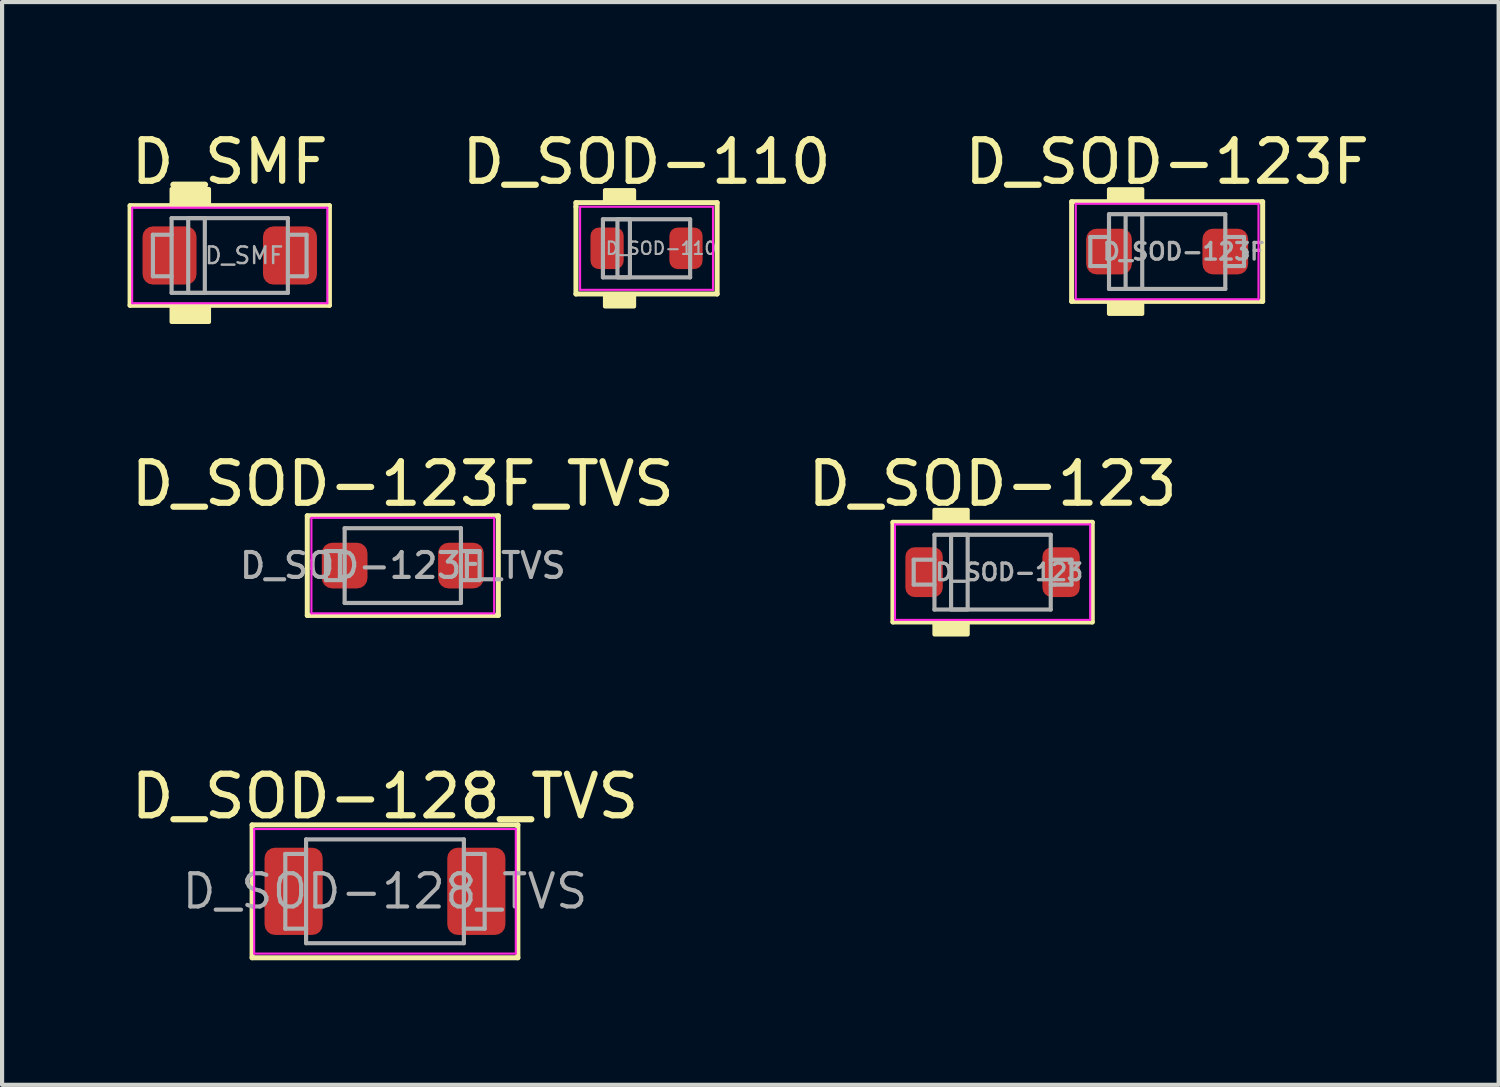
<source format=kicad_pcb>
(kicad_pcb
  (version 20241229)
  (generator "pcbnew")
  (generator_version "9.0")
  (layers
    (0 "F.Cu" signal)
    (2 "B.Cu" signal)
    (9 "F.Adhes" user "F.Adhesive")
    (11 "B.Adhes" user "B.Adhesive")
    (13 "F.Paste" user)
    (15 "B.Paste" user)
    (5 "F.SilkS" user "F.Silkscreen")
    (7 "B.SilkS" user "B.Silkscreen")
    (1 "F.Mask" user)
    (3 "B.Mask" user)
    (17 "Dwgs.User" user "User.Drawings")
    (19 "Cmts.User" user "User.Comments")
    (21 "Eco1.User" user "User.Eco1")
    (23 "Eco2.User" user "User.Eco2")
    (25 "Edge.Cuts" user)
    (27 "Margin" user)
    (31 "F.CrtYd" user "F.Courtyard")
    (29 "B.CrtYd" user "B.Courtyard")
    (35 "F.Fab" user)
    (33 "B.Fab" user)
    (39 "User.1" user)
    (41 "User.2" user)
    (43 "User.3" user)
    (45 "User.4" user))
  (footprint "D_SOD-123F"
    (layer "F.Cu")
    (at 25.054 3.007)
    (property "Reference" "D_SOD-123F" (at 0 -2.159 0) (layer "F.SilkS") (effects (font (size 1 1) (thickness 0.15))))
    (attr smd)
    (fp_line (start -2.3 -1.2) (end -2.3 1.2) (stroke (width 0.12) (type solid)) (layer "F.SilkS"))
    (fp_line (start -2.3 1.2) (end 2.3 1.2) (stroke (width 0.12) (type solid)) (layer "F.SilkS"))
    (fp_line (start 2.3 -1.2) (end -2.3 -1.2) (stroke (width 0.12) (type solid)) (layer "F.SilkS"))
    (fp_line (start 2.3 1.2) (end 2.3 -1.2) (stroke (width 0.12) (type solid)) (layer "F.SilkS"))
    (fp_poly (pts (xy -0.6 -1.2) (xy -1.4 -1.2) (xy -1.4 -1.5) (xy -0.6 -1.5)) (stroke (width 0.1) (type solid)) (fill yes) (layer "F.SilkS"))
    (fp_poly (pts (xy -0.6 1.5) (xy -1.4 1.5) (xy -1.4 1.2) (xy -0.6 1.2)) (stroke (width 0.1) (type solid)) (fill yes) (layer "F.SilkS"))
    (fp_line (start -2.2 -1.15) (end -2.2 1.15) (stroke (width 0.05) (type solid)) (layer "F.CrtYd"))
    (fp_line (start -2.2 -1.15) (end 2.2 -1.15) (stroke (width 0.05) (type solid)) (layer "F.CrtYd"))
    (fp_line (start 2.2 -1.15) (end 2.2 1.15) (stroke (width 0.05) (type solid)) (layer "F.CrtYd"))
    (fp_line (start 2.2 1.15) (end -2.2 1.15) (stroke (width 0.05) (type solid)) (layer "F.CrtYd"))
    (fp_line (start -1.85 -0.35) (end -1.85 0.35) (stroke (width 0.1) (type solid)) (layer "F.Fab"))
    (fp_line (start -1.85 -0.35) (end -1.4 -0.35) (stroke (width 0.1) (type solid)) (layer "F.Fab"))
    (fp_line (start -1.85 0.35) (end -1.4 0.35) (stroke (width 0.1) (type solid)) (layer "F.Fab"))
    (fp_line (start -1.4 -0.9) (end 1.4 -0.9) (stroke (width 0.1) (type solid)) (layer "F.Fab"))
    (fp_line (start -1.4 0.9) (end -1.4 -0.9) (stroke (width 0.1) (type solid)) (layer "F.Fab"))
    (fp_line (start 1.4 -0.9) (end 1.4 0.9) (stroke (width 0.1) (type solid)) (layer "F.Fab"))
    (fp_line (start 1.4 0.9) (end -1.4 0.9) (stroke (width 0.1) (type solid)) (layer "F.Fab"))
    (fp_line (start 1.85 -0.35) (end 1.4 -0.35) (stroke (width 0.1) (type solid)) (layer "F.Fab"))
    (fp_line (start 1.85 0.35) (end 1.4 0.35) (stroke (width 0.1) (type solid)) (layer "F.Fab"))
    (fp_line (start 1.85 0.35) (end 1.85 -0.35) (stroke (width 0.1) (type solid)) (layer "F.Fab"))
    (fp_rect (start -1 -0.9) (end -0.6 0.9) (stroke (width 0.1) (type solid)) (fill no) (layer "F.Fab"))
    (fp_text user "${REFERENCE}" (at 0.4 0 0) (layer "F.Fab") (effects (font (size 0.4 0.4) (thickness 0.08))))
    (pad "1" smd roundrect (at -1.4 0) (size 1.1 1.1) (layers "F.Cu" "F.Mask" "F.Paste") (roundrect_rratio 0.227))
    (pad "2" smd roundrect (at 1.4 0) (size 1.1 1.1) (layers "F.Cu" "F.Mask" "F.Paste") (roundrect_rratio 0.227)))
  (footprint "D_SOD-128_TVS"
    (layer "F.Cu")
    (at 6.22 18.412)
    (property "Reference" "D_SOD-128_TVS" (at 0 -2.286 0) (layer "F.SilkS") (effects (font (size 1 1) (thickness 0.15))))
    (attr smd)
    (fp_line (start -3.2 -1.6) (end -3.2 1.6) (stroke (width 0.12) (type solid)) (layer "F.SilkS"))
    (fp_line (start -3.2 1.6) (end 3.2 1.6) (stroke (width 0.12) (type solid)) (layer "F.SilkS"))
    (fp_line (start 3.2 -1.6) (end -3.2 -1.6) (stroke (width 0.12) (type solid)) (layer "F.SilkS"))
    (fp_line (start 3.2 1.6) (end 3.2 -1.6) (stroke (width 0.12) (type solid)) (layer "F.SilkS"))
    (fp_line (start -3.15 -1.5) (end -3.15 1.5) (stroke (width 0.05) (type solid)) (layer "F.CrtYd"))
    (fp_line (start -3.15 -1.5) (end 3.15 -1.5) (stroke (width 0.05) (type solid)) (layer "F.CrtYd"))
    (fp_line (start 3.15 -1.5) (end 3.15 1.5) (stroke (width 0.05) (type solid)) (layer "F.CrtYd"))
    (fp_line (start 3.15 1.5) (end -3.15 1.5) (stroke (width 0.05) (type solid)) (layer "F.CrtYd"))
    (fp_line (start -2.4 -0.9) (end -2.4 0.9) (stroke (width 0.1) (type solid)) (layer "F.Fab"))
    (fp_line (start -2.4 -0.9) (end -1.9 -0.9) (stroke (width 0.1) (type solid)) (layer "F.Fab"))
    (fp_line (start -2.4 0.9) (end -1.9 0.9) (stroke (width 0.1) (type solid)) (layer "F.Fab"))
    (fp_line (start -1.9 -1.25) (end 1.9 -1.25) (stroke (width 0.1) (type solid)) (layer "F.Fab"))
    (fp_line (start -1.9 1.25) (end -1.9 -1.25) (stroke (width 0.1) (type solid)) (layer "F.Fab"))
    (fp_line (start 1.9 -1.25) (end 1.9 1.25) (stroke (width 0.1) (type solid)) (layer "F.Fab"))
    (fp_line (start 1.9 1.25) (end -1.9 1.25) (stroke (width 0.1) (type solid)) (layer "F.Fab"))
    (fp_line (start 2.4 -0.9) (end 1.9 -0.9) (stroke (width 0.1) (type solid)) (layer "F.Fab"))
    (fp_line (start 2.4 0.9) (end 1.9 0.9) (stroke (width 0.1) (type solid)) (layer "F.Fab"))
    (fp_line (start 2.4 0.9) (end 2.4 -0.9) (stroke (width 0.1) (type solid)) (layer "F.Fab"))
    (fp_text user "${REFERENCE}" (at 0 0 0) (layer "F.Fab") (effects (font (size 0.8 0.8) (thickness 0.1))))
    (pad "1" smd roundrect (at -2.2 0) (size 1.4 2.1) (layers "F.Cu" "F.Mask" "F.Paste") (roundrect_rratio 0.179))
    (pad "2" smd roundrect (at 2.2 0) (size 1.4 2.1) (layers "F.Cu" "F.Mask" "F.Paste") (roundrect_rratio 0.179)))
  (footprint "D_SMF"
    (layer "F.Cu")
    (at 2.482 3.102)
    (property "Reference" "D_SMF" (at 0 -2.254 0) (layer "F.SilkS") (effects (font (size 1 1) (thickness 0.15))))
    (attr smd)
    (fp_line (start -2.4 -1.2) (end -2.4 1.2) (stroke (width 0.12) (type solid)) (layer "F.SilkS"))
    (fp_line (start -2.4 1.2) (end 2.4 1.2) (stroke (width 0.12) (type solid)) (layer "F.SilkS"))
    (fp_line (start 2.4 -1.2) (end -2.4 -1.2) (stroke (width 0.12) (type solid)) (layer "F.SilkS"))
    (fp_line (start 2.4 1.2) (end 2.4 -1.2) (stroke (width 0.12) (type solid)) (layer "F.SilkS"))
    (fp_poly (pts (xy -0.5 -1.2) (xy -1.4 -1.2) (xy -1.4 -1.6) (xy -0.5 -1.6)) (stroke (width 0.1) (type solid)) (fill yes) (layer "F.SilkS"))
    (fp_poly (pts (xy -0.5 1.6) (xy -1.4 1.6) (xy -1.4 1.2) (xy -0.5 1.2)) (stroke (width 0.1) (type solid)) (fill yes) (layer "F.SilkS"))
    (fp_line (start -2.35 -1.15) (end 2.35 -1.15) (stroke (width 0.05) (type solid)) (layer "F.CrtYd"))
    (fp_line (start -2.35 1.15) (end -2.35 -1.15) (stroke (width 0.05) (type solid)) (layer "F.CrtYd"))
    (fp_line (start 2.35 -1.15) (end 2.35 1.15) (stroke (width 0.05) (type solid)) (layer "F.CrtYd"))
    (fp_line (start 2.35 1.15) (end -2.35 1.15) (stroke (width 0.05) (type solid)) (layer "F.CrtYd"))
    (fp_line (start -1.85 -0.5) (end -1.4 -0.5) (stroke (width 0.1) (type solid)) (layer "F.Fab"))
    (fp_line (start -1.85 -0.45) (end -1.85 -0.5) (stroke (width 0.1) (type solid)) (layer "F.Fab"))
    (fp_line (start -1.85 0.5) (end -1.85 -0.45) (stroke (width 0.1) (type solid)) (layer "F.Fab"))
    (fp_line (start -1.85 0.5) (end -1.4 0.5) (stroke (width 0.1) (type solid)) (layer "F.Fab"))
    (fp_line (start -1.4 0.9) (end -1.4 -0.9) (stroke (width 0.1) (type solid)) (layer "F.Fab"))
    (fp_line (start 1.4 -0.9) (end -1.4 -0.9) (stroke (width 0.1) (type solid)) (layer "F.Fab"))
    (fp_line (start 1.4 -0.9) (end 1.4 0.9) (stroke (width 0.1) (type solid)) (layer "F.Fab"))
    (fp_line (start 1.4 0.9) (end -1.4 0.9) (stroke (width 0.1) (type solid)) (layer "F.Fab"))
    (fp_line (start 1.85 -0.5) (end 1.4 -0.5) (stroke (width 0.1) (type solid)) (layer "F.Fab"))
    (fp_line (start 1.85 -0.5) (end 1.85 0.45) (stroke (width 0.1) (type solid)) (layer "F.Fab"))
    (fp_line (start 1.85 0.45) (end 1.85 0.5) (stroke (width 0.1) (type solid)) (layer "F.Fab"))
    (fp_line (start 1.85 0.5) (end 1.4 0.5) (stroke (width 0.1) (type solid)) (layer "F.Fab"))
    (fp_rect (start -1 -0.9) (end -0.6 0.9) (stroke (width 0.1) (type solid)) (fill no) (layer "F.Fab"))
    (fp_text user "${REFERENCE}" (at 0.35 0 0) (layer "F.Fab") (effects (font (size 0.4 0.4) (thickness 0.06))))
    (pad "1" smd roundrect (at -1.45 0) (size 1.3 1.4) (layers "F.Cu" "F.Mask" "F.Paste") (roundrect_rratio 0.192))
    (pad "2" smd roundrect (at 1.45 0) (size 1.3 1.4) (layers "F.Cu" "F.Mask" "F.Paste") (roundrect_rratio 0.192)))
  (footprint "D_SOD-123"
    (layer "F.Cu")
    (at 20.851 10.727)
    (property "Reference" "D_SOD-123" (at 0 -2.127 0) (layer "F.SilkS") (effects (font (size 1 1) (thickness 0.15))))
    (attr smd)
    (fp_line (start -2.4 -1.2) (end -2.4 1.2) (stroke (width 0.12) (type solid)) (layer "F.SilkS"))
    (fp_line (start -2.4 1.2) (end 2.4 1.2) (stroke (width 0.12) (type solid)) (layer "F.SilkS"))
    (fp_line (start 2.4 -1.2) (end -2.4 -1.2) (stroke (width 0.12) (type solid)) (layer "F.SilkS"))
    (fp_line (start 2.4 1.2) (end 2.4 -1.2) (stroke (width 0.12) (type solid)) (layer "F.SilkS"))
    (fp_poly (pts (xy -0.6 -1.2) (xy -1.4 -1.2) (xy -1.4 -1.5) (xy -0.6 -1.5)) (stroke (width 0.1) (type solid)) (fill yes) (layer "F.SilkS"))
    (fp_poly (pts (xy -0.6 1.5) (xy -1.4 1.5) (xy -1.4 1.2) (xy -0.6 1.2)) (stroke (width 0.1) (type solid)) (fill yes) (layer "F.SilkS"))
    (fp_line (start -2.35 -1.15) (end -2.35 1.15) (stroke (width 0.05) (type solid)) (layer "F.CrtYd"))
    (fp_line (start -2.35 -1.15) (end 2.35 -1.15) (stroke (width 0.05) (type solid)) (layer "F.CrtYd"))
    (fp_line (start 2.35 -1.15) (end 2.35 1.15) (stroke (width 0.05) (type solid)) (layer "F.CrtYd"))
    (fp_line (start 2.35 1.15) (end -2.35 1.15) (stroke (width 0.05) (type solid)) (layer "F.CrtYd"))
    (fp_line (start -1.9 -0.3) (end -1.9 0.3) (stroke (width 0.1) (type solid)) (layer "F.Fab"))
    (fp_line (start -1.9 0.3) (end -1.4 0.3) (stroke (width 0.1) (type solid)) (layer "F.Fab"))
    (fp_line (start -1.4 -0.9) (end 1.4 -0.9) (stroke (width 0.1) (type solid)) (layer "F.Fab"))
    (fp_line (start -1.4 -0.3) (end -1.9 -0.3) (stroke (width 0.1) (type solid)) (layer "F.Fab"))
    (fp_line (start -1.4 0.9) (end -1.4 -0.9) (stroke (width 0.1) (type solid)) (layer "F.Fab"))
    (fp_line (start 1.4 -0.9) (end 1.4 0.9) (stroke (width 0.1) (type solid)) (layer "F.Fab"))
    (fp_line (start 1.4 -0.3) (end 1.9 -0.3) (stroke (width 0.1) (type solid)) (layer "F.Fab"))
    (fp_line (start 1.4 0.9) (end -1.4 0.9) (stroke (width 0.1) (type solid)) (layer "F.Fab"))
    (fp_line (start 1.5 0.3) (end 1.4 0.3) (stroke (width 0.1) (type solid)) (layer "F.Fab"))
    (fp_line (start 1.9 -0.3) (end 1.9 0.3) (stroke (width 0.1) (type solid)) (layer "F.Fab"))
    (fp_line (start 1.9 0.3) (end 1.5 0.3) (stroke (width 0.1) (type solid)) (layer "F.Fab"))
    (fp_rect (start -1 -0.9) (end -0.6 0.9) (stroke (width 0.1) (type solid)) (fill no) (layer "F.Fab"))
    (fp_text user "${REFERENCE}" (at 0.4 0 0) (layer "F.Fab") (effects (font (size 0.4 0.4) (thickness 0.08))))
    (pad "1" smd roundrect (at -1.65 0) (size 0.9 1.2) (layers "F.Cu" "F.Mask" "F.Paste") (roundrect_rratio 0.25))
    (pad "2" smd roundrect (at 1.65 0) (size 0.9 1.2) (layers "F.Cu" "F.Mask" "F.Paste") (roundrect_rratio 0.25)))
  (footprint "D_SOD-110"
    (layer "F.Cu")
    (at 12.518 2.929)
    (property "Reference" "D_SOD-110" (at 0 -2.081 0) (layer "F.SilkS") (effects (font (size 1 1) (thickness 0.15))))
    (attr smd)
    (fp_line (start -1.7 -1.1) (end -1.7 -1) (stroke (width 0.12) (type solid)) (layer "F.SilkS"))
    (fp_line (start -1.7 -1) (end -1.7 1.1) (stroke (width 0.12) (type solid)) (layer "F.SilkS"))
    (fp_line (start -1.7 1.1) (end 1.7 1.1) (stroke (width 0.12) (type solid)) (layer "F.SilkS"))
    (fp_line (start 1.7 -1.1) (end -1.7 -1.1) (stroke (width 0.12) (type solid)) (layer "F.SilkS"))
    (fp_line (start 1.7 1.1) (end 1.7 -1.1) (stroke (width 0.12) (type solid)) (layer "F.SilkS"))
    (fp_poly (pts (xy -0.3 -1.1) (xy -1 -1.1) (xy -1 -1.4) (xy -0.3 -1.4)) (stroke (width 0.1) (type solid)) (fill yes) (layer "F.SilkS"))
    (fp_poly (pts (xy -0.3 1.4) (xy -1 1.4) (xy -1 1.1) (xy -0.3 1.1)) (stroke (width 0.1) (type solid)) (fill yes) (layer "F.SilkS"))
    (fp_line (start -1.6 -1) (end -1.6 1) (stroke (width 0.05) (type solid)) (layer "F.CrtYd"))
    (fp_line (start -1.6 -1) (end 1.6 -1) (stroke (width 0.05) (type solid)) (layer "F.CrtYd"))
    (fp_line (start 1.6 -1) (end 1.6 1) (stroke (width 0.05) (type solid)) (layer "F.CrtYd"))
    (fp_line (start 1.6 1) (end -1.6 1) (stroke (width 0.05) (type solid)) (layer "F.CrtYd"))
    (fp_line (start -1.05 -0.7) (end -1.05 0.7) (stroke (width 0.1) (type solid)) (layer "F.Fab"))
    (fp_line (start -1.05 0.7) (end 1.05 0.7) (stroke (width 0.1) (type solid)) (layer "F.Fab"))
    (fp_line (start 1.05 -0.7) (end -1.05 -0.7) (stroke (width 0.1) (type solid)) (layer "F.Fab"))
    (fp_line (start 1.05 0.7) (end 1.05 -0.7) (stroke (width 0.1) (type solid)) (layer "F.Fab"))
    (fp_rect (start -0.7 -0.7) (end -0.4 0.7) (stroke (width 0.1) (type solid)) (fill no) (layer "F.Fab"))
    (fp_text user "${REFERENCE}" (at 0.35 0 0) (layer "F.Fab") (effects (font (size 0.3 0.3) (thickness 0.05))))
    (pad "1" smd roundrect (at -0.95 0) (size 0.8 1) (layers "F.Cu" "F.Mask" "F.Paste") (roundrect_rratio 0.25))
    (pad "2" smd roundrect (at 0.95 0) (size 0.8 1) (layers "F.Cu" "F.Mask" "F.Paste") (roundrect_rratio 0.25)))
  (footprint "D_SOD-123F_TVS"
    (layer "F.Cu")
    (at 6.649 10.569)
    (property "Reference" "D_SOD-123F_TVS" (at 0 -1.968 0) (layer "F.SilkS") (effects (font (size 1 1) (thickness 0.15))))
    (attr smd)
    (fp_line (start -2.3 -1.2) (end -2.3 1.2) (stroke (width 0.12) (type solid)) (layer "F.SilkS"))
    (fp_line (start -2.3 1.2) (end 2.3 1.2) (stroke (width 0.12) (type solid)) (layer "F.SilkS"))
    (fp_line (start 2.3 -1.2) (end -2.3 -1.2) (stroke (width 0.12) (type solid)) (layer "F.SilkS"))
    (fp_line (start 2.3 1.2) (end 2.3 -1.2) (stroke (width 0.12) (type solid)) (layer "F.SilkS"))
    (fp_line (start -2.2 -1.15) (end -2.2 1.15) (stroke (width 0.05) (type solid)) (layer "F.CrtYd"))
    (fp_line (start -2.2 -1.15) (end 2.2 -1.15) (stroke (width 0.05) (type solid)) (layer "F.CrtYd"))
    (fp_line (start 2.2 -1.15) (end 2.2 1.15) (stroke (width 0.05) (type solid)) (layer "F.CrtYd"))
    (fp_line (start 2.2 1.15) (end -2.2 1.15) (stroke (width 0.05) (type solid)) (layer "F.CrtYd"))
    (fp_line (start -1.85 -0.35) (end -1.85 0.35) (stroke (width 0.1) (type solid)) (layer "F.Fab"))
    (fp_line (start -1.85 -0.35) (end -1.4 -0.35) (stroke (width 0.1) (type solid)) (layer "F.Fab"))
    (fp_line (start -1.85 0.35) (end -1.4 0.35) (stroke (width 0.1) (type solid)) (layer "F.Fab"))
    (fp_line (start -1.4 -0.9) (end 1.4 -0.9) (stroke (width 0.1) (type solid)) (layer "F.Fab"))
    (fp_line (start -1.4 0.9) (end -1.4 -0.9) (stroke (width 0.1) (type solid)) (layer "F.Fab"))
    (fp_line (start 1.4 -0.9) (end 1.4 0.9) (stroke (width 0.1) (type solid)) (layer "F.Fab"))
    (fp_line (start 1.4 0.9) (end -1.4 0.9) (stroke (width 0.1) (type solid)) (layer "F.Fab"))
    (fp_line (start 1.85 -0.35) (end 1.4 -0.35) (stroke (width 0.1) (type solid)) (layer "F.Fab"))
    (fp_line (start 1.85 0.35) (end 1.4 0.35) (stroke (width 0.1) (type solid)) (layer "F.Fab"))
    (fp_line (start 1.85 0.35) (end 1.85 -0.35) (stroke (width 0.1) (type solid)) (layer "F.Fab"))
    (fp_text user "${REFERENCE}" (at 0 0 0) (layer "F.Fab") (effects (font (size 0.6 0.6) (thickness 0.1))))
    (pad "1" smd roundrect (at -1.4 0) (size 1.1 1.1) (layers "F.Cu" "F.Mask" "F.Paste") (roundrect_rratio 0.227))
    (pad "2" smd roundrect (at 1.4 0) (size 1.1 1.1) (layers "F.Cu" "F.Mask" "F.Paste") (roundrect_rratio 0.227)))
  (gr_rect
    (start -3 -3)
    (end 33.036 23.072)
    (stroke (width 0.1) (type default))
    (fill no)
    (layer "Edge.Cuts")))
</source>
